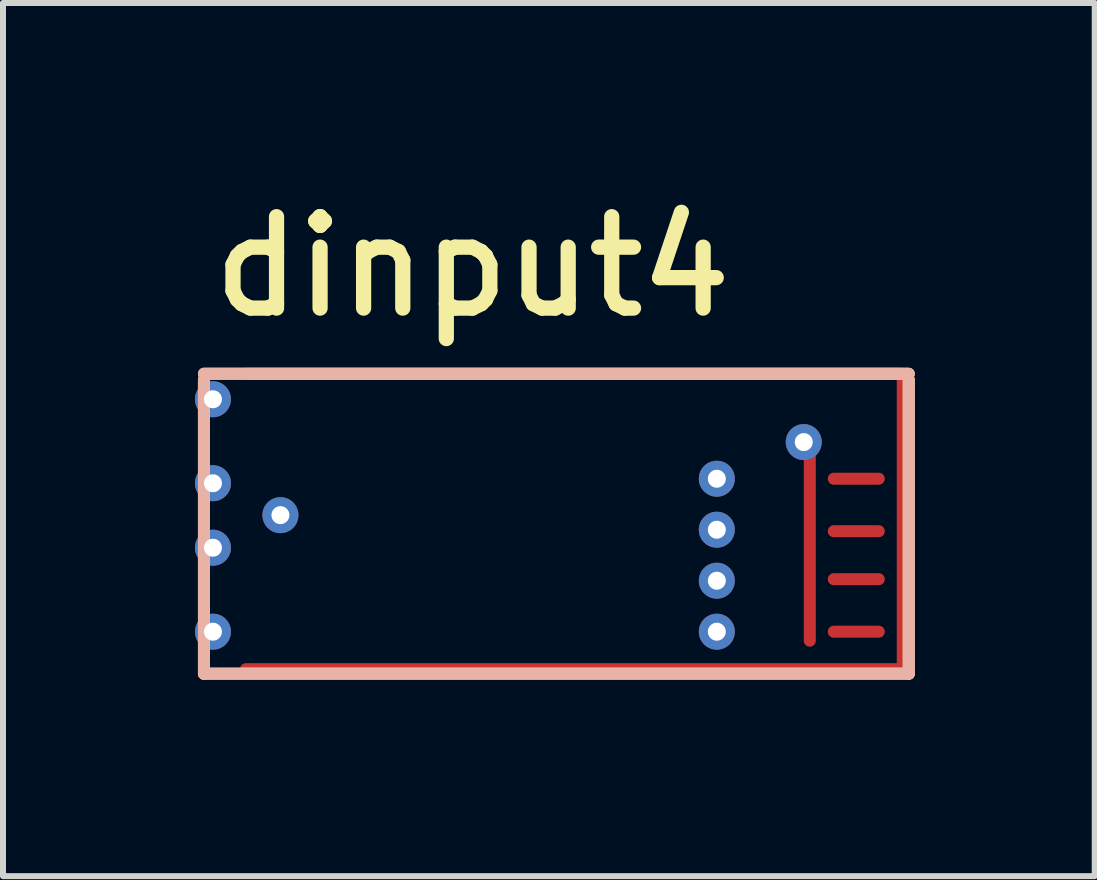
<source format=kicad_pcb>
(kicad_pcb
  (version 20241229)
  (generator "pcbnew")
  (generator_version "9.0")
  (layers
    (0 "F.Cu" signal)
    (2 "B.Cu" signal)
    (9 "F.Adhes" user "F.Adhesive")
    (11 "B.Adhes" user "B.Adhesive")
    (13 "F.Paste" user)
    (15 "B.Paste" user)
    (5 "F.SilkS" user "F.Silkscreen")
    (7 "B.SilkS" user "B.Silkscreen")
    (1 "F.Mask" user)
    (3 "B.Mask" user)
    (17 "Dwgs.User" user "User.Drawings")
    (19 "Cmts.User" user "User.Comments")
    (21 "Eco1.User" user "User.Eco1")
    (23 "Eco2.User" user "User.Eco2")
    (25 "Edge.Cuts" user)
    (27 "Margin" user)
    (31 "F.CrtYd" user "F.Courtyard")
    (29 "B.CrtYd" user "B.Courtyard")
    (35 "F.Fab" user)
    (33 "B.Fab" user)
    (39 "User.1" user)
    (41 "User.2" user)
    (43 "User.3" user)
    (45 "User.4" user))
  (footprint "dinput4"
    (layer "F.Cu")
    (at 0.25 8.306)
    (property "Reference" "dinput4" (at 0.127 -6.02 0) (unlocked yes) (layer "F.SilkS") (effects (font (size 1.524 1.524) (thickness 0.254)) (justify left bottom)))
    (attr through_hole)
    (fp_line (start 0.1 -5.125) (end 11.85 -5.125) (stroke (width 0.2) (type solid)) (layer "F.SilkS"))
    (fp_line (start 0.1 -0.125) (end 0.1 -5.025) (stroke (width 0.2) (type solid)) (layer "F.SilkS"))
    (fp_line (start 0.1 -0.125) (end 11.85 -0.125) (stroke (width 0.2) (type solid)) (layer "F.SilkS"))
    (fp_line (start 11.85 -0.125) (end 11.85 -5.025) (stroke (width 0.2) (type solid)) (layer "F.SilkS"))
    (fp_line (start 0.1 -5.125) (end 11.85 -5.125) (stroke (width 0.2) (type solid)) (layer "B.SilkS"))
    (fp_line (start 0.1 -0.125) (end 0.1 -5.025) (stroke (width 0.2) (type solid)) (layer "B.SilkS"))
    (fp_line (start 0.1 -0.125) (end 11.85 -0.125) (stroke (width 0.2) (type solid)) (layer "B.SilkS"))
    (fp_line (start 11.85 -0.125) (end 11.85 -5.025) (stroke (width 0.2) (type solid)) (layer "B.SilkS"))
    (pad "G" smd oval (at 6.25 -0.2 90) (size 0.2 11.1) (layers "F.Cu" "F.Paste"))
    (pad "G" smd oval (at 6.26 -5.125 90) (size 0.2 11.1) (layers "F.Cu" "F.Paste"))
    (pad "G" smd oval (at 11.75 -2.65 180) (size 0.2 5.1) (layers "F.Cu" "F.Paste"))
    (pad "J1" smd oval (at 10.975 -3.375 270) (size 0.2 0.95) (layers "F.Cu" "F.Paste"))
    (pad "J2" smd oval (at 10.975 -2.5 270) (size 0.2 0.95) (layers "F.Cu" "F.Paste"))
    (pad "J3" smd oval (at 10.975 -1.7 270) (size 0.2 0.95) (layers "F.Cu" "F.Paste"))
    (pad "J4" smd oval (at 10.975 -0.825 270) (size 0.2 0.95) (layers "F.Cu" "F.Paste"))
    (pad "V1" thru_hole circle (at 1.375 -2.768 180) (size 0.6 0.6) (drill 0.3) (layers "*.Cu" "*.Mask"))
    (pad "V2" thru_hole circle (at 8.65 -3.375 180) (size 0.6 0.6) (drill 0.3) (layers "*.Cu" "*.Mask"))
    (pad "V3" thru_hole circle (at 8.65 -2.525 180) (size 0.6 0.6) (drill 0.3) (layers "*.Cu" "*.Mask"))
    (pad "V4" thru_hole circle (at 8.65 -1.675 180) (size 0.6 0.6) (drill 0.3) (layers "*.Cu" "*.Mask"))
    (pad "V5" thru_hole circle (at 8.65 -0.825 180) (size 0.6 0.6) (drill 0.3) (layers "*.Cu" "*.Mask"))
    (pad "V6" thru_hole circle (at 10.099 -3.986 180) (size 0.6 0.6) (drill 0.3) (layers "*.Cu" "*.Mask"))
    (pad "V6" smd oval (at 10.2 -2.325 180) (size 0.2 3.5) (layers "F.Cu" "F.Paste"))
    (pad "W1" smd oval (at 0.25 -0.875 270) (size 0.25 0.5) (layers "F.Cu" "F.Paste"))
    (pad "W1" thru_hole circle (at 0.25 -0.825 180) (size 0.6 0.6) (drill 0.3) (layers "*.Cu" "*.Mask"))
    (pad "W2" thru_hole circle (at 0.25 -2.225 180) (size 0.6 0.6) (drill 0.3) (layers "*.Cu" "*.Mask"))
    (pad "W2" smd oval (at 0.25 -2.175 270) (size 0.25 0.5) (layers "F.Cu" "F.Paste"))
    (pad "W3" smd oval (at 0.25 -3.35 270) (size 0.25 0.5) (layers "F.Cu" "F.Paste"))
    (pad "W3" thru_hole circle (at 0.25 -3.3 180) (size 0.6 0.6) (drill 0.3) (layers "*.Cu" "*.Mask"))
    (pad "W4" thru_hole circle (at 0.25 -4.7 180) (size 0.6 0.6) (drill 0.3) (layers "*.Cu" "*.Mask"))
    (pad "W4" smd oval (at 0.25 -4.65 270) (size 0.25 0.5) (layers "F.Cu" "F.Paste"))
    (zone (net_name "") (layer "F.Cu") (hatch edge 0.2) (connect_pads) (min_thickness 0.254) (filled_areas_thickness no) (keepout (tracks allowed) (vias allowed) (pads allowed) (copperpour not_allowed) (footprints allowed)) (placement (enabled no)) (fill) (polygon (pts (xy 0.249 8.281) (xy 0.249 7.185) (xy 0.249 3.05) (xy 1 3.05) (xy 1 3.181) (xy 12 3.181) (xy 12 8.131) (xy 1 8.131) (xy 1 8.281)))))
  (gr_rect
    (start -3 -3)
    (end 15.2 11.556)
    (stroke (width 0.1) (type default))
    (fill no)
    (layer "Edge.Cuts")))
</source>
